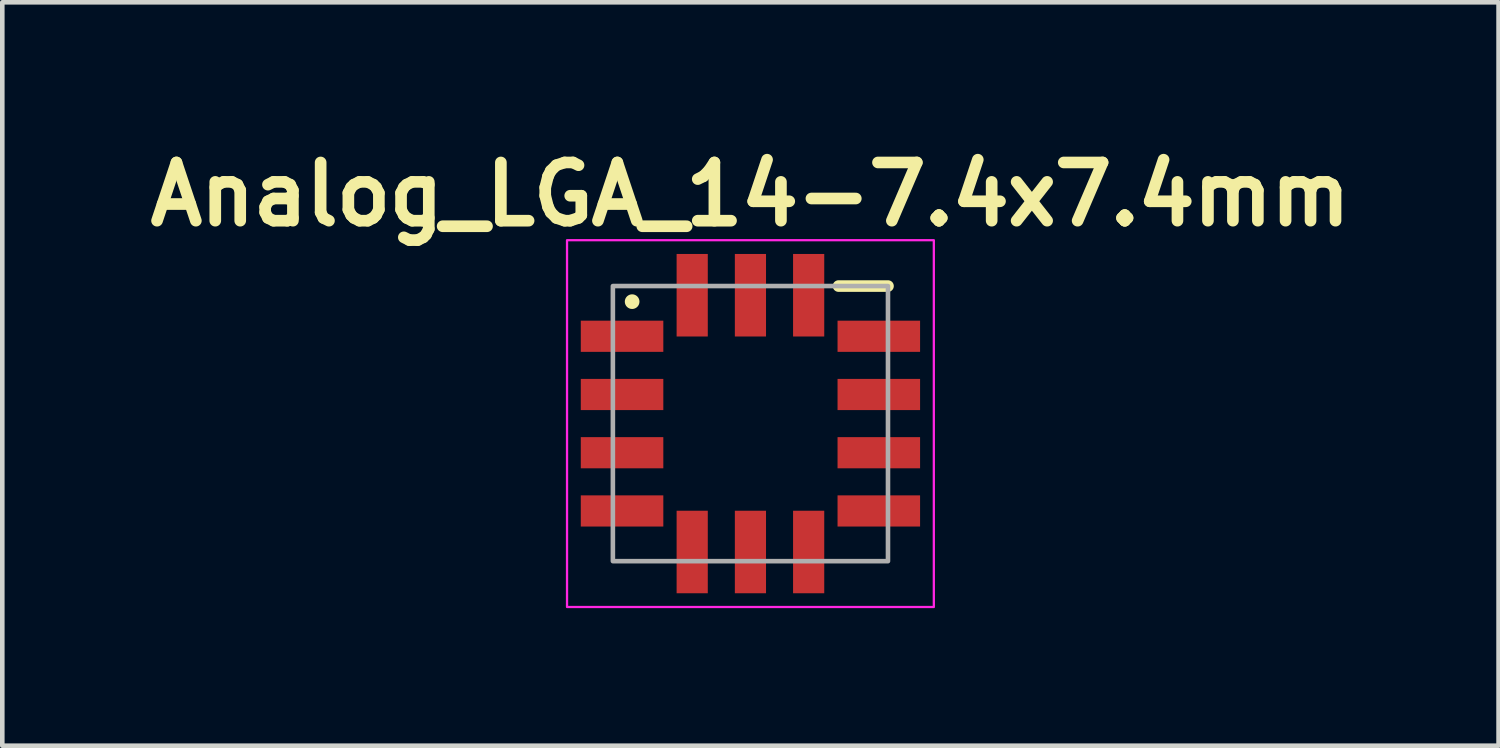
<source format=kicad_pcb>
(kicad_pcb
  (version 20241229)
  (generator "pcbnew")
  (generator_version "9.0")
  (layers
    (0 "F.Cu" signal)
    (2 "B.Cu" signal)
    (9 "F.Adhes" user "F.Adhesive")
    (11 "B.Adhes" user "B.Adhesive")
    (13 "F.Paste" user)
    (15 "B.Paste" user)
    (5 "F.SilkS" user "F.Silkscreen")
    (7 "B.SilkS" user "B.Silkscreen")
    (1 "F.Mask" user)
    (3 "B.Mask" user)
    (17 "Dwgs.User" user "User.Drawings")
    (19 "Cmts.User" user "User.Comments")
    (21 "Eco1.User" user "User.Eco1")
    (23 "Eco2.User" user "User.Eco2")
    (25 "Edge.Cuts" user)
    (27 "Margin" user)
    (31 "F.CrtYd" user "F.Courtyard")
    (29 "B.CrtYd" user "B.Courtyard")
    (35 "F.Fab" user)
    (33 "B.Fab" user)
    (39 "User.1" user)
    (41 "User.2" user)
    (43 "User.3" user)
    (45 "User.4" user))
  (footprint "Analog_LGA_14-7.4x7.4mm"
    (layer "F.Cu")
    (at 13.317 6.189)
    (property "Reference" "Analog_LGA_14-7.4x7.4mm" (at 0 -5 0) (layer "F.SilkS") (effects (font (size 1.27 1.27) (thickness 0.254))))
    (attr smd)
    (fp_line (start 3 -3) (end 1.922 -3) (stroke (width 0.254) (type solid)) (layer "F.SilkS"))
    (fp_circle (center -2.58 -2.66) (end -2.48 -2.66) (stroke (width 0.12) (type solid)) (fill yes) (layer "F.SilkS"))
    (fp_rect (start -4 -4) (end 4 4) (stroke (width 0.05) (type default)) (fill no) (layer "F.CrtYd"))
    (fp_poly (pts (xy -3 -3) (xy -3 3) (xy 3 3) (xy 3 -3)) (stroke (width 0.1) (type solid)) (fill no) (layer "F.Fab"))
    (pad "1" smd rect (at -2.8 -1.905 90) (size 0.68 1.8) (layers "F.Cu" "F.Mask" "F.Paste"))
    (pad "2" smd rect (at -2.8 -0.635 90) (size 0.68 1.8) (layers "F.Cu" "F.Mask" "F.Paste"))
    (pad "3" smd rect (at -2.8 0.635 90) (size 0.68 1.8) (layers "F.Cu" "F.Mask" "F.Paste"))
    (pad "4" smd rect (at -2.8 1.905 90) (size 0.68 1.8) (layers "F.Cu" "F.Mask" "F.Paste"))
    (pad "5" smd rect (at -1.27 2.8) (size 0.68 1.8) (layers "F.Cu" "F.Mask" "F.Paste"))
    (pad "6" smd rect (at 0 2.8) (size 0.68 1.8) (layers "F.Cu" "F.Mask" "F.Paste"))
    (pad "7" smd rect (at 1.27 2.8) (size 0.68 1.8) (layers "F.Cu" "F.Mask" "F.Paste"))
    (pad "8" smd rect (at 2.8 1.905 90) (size 0.68 1.8) (layers "F.Cu" "F.Mask" "F.Paste"))
    (pad "9" smd rect (at 2.8 0.635 90) (size 0.68 1.8) (layers "F.Cu" "F.Mask" "F.Paste"))
    (pad "10" smd rect (at 2.8 -0.635 90) (size 0.68 1.8) (layers "F.Cu" "F.Mask" "F.Paste"))
    (pad "11" smd rect (at 2.8 -1.905 90) (size 0.68 1.8) (layers "F.Cu" "F.Mask" "F.Paste"))
    (pad "12" smd rect (at 1.27 -2.8) (size 0.68 1.8) (layers "F.Cu" "F.Mask" "F.Paste"))
    (pad "13" smd rect (at 0 -2.8) (size 0.68 1.8) (layers "F.Cu" "F.Mask" "F.Paste"))
    (pad "14" smd rect (at -1.27 -2.8) (size 0.68 1.8) (layers "F.Cu" "F.Mask" "F.Paste")))
  (gr_rect
    (start -3 -3)
    (end 29.634 13.214)
    (stroke (width 0.1) (type default))
    (fill no)
    (layer "Edge.Cuts")))
</source>
